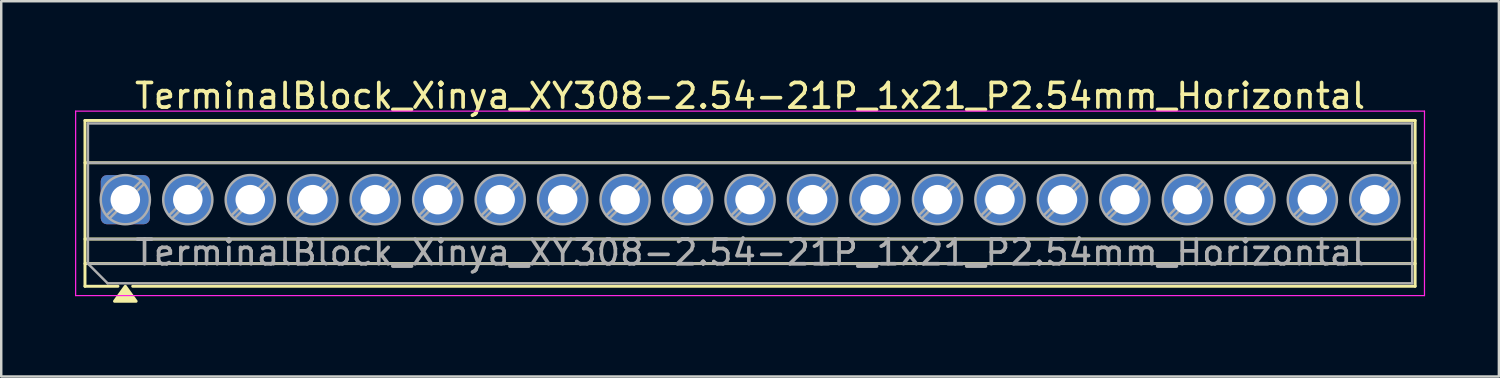
<source format=kicad_pcb>
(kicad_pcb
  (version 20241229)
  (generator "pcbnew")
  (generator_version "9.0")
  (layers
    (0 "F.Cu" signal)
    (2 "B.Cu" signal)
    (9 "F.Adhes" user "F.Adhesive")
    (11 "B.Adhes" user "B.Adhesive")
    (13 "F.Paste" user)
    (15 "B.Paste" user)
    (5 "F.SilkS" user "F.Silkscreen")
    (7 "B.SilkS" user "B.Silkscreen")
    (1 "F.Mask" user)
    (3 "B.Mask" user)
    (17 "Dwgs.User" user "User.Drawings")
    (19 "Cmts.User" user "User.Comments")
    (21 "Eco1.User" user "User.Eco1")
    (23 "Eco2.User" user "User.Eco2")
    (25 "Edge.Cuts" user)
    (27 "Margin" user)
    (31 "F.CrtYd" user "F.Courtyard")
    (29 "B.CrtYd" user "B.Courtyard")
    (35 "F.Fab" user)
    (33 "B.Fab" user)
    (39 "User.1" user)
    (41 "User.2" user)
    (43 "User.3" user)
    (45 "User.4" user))
  (footprint "TerminalBlock_Xinya_XY308-2.54-21P_1x21_P2.54mm_Horizontal"
    (layer "F.Cu")
    (at 2.045 5.068)
    (property "Reference" "TerminalBlock_Xinya_XY308-2.54-21P_1x21_P2.54mm_Horizontal" (at 25.4 -4.22 0) (layer "F.SilkS") (effects (font (size 1 1) (thickness 0.15))))
    (attr through_hole)
    (fp_line (start -1.64 -3.22) (end 52.44 -3.22) (stroke (width 0.12) (type solid)) (layer "F.SilkS"))
    (fp_line (start -1.64 -1.5) (end 52.44 -1.5) (stroke (width 0.12) (type solid)) (layer "F.SilkS"))
    (fp_line (start -1.64 1.6) (end 52.44 1.6) (stroke (width 0.12) (type solid)) (layer "F.SilkS"))
    (fp_line (start -1.64 2.6) (end 52.44 2.6) (stroke (width 0.12) (type solid)) (layer "F.SilkS"))
    (fp_line (start -1.64 3.52) (end -1.64 -3.22) (stroke (width 0.12) (type solid)) (layer "F.SilkS"))
    (fp_line (start -0.3 3.52) (end -1.64 3.52) (stroke (width 0.12) (type solid)) (layer "F.SilkS"))
    (fp_line (start 52.44 -3.22) (end 52.44 3.52) (stroke (width 0.12) (type solid)) (layer "F.SilkS"))
    (fp_line (start 52.44 3.52) (end 0.3 3.52) (stroke (width 0.12) (type solid)) (layer "F.SilkS"))
    (fp_poly (pts (xy 0 3.52) (xy 0.44 4.13) (xy -0.44 4.13)) (stroke (width 0.12) (type solid)) (fill yes) (layer "F.SilkS"))
    (fp_line (start -2.02 -3.6) (end -2.02 3.9) (stroke (width 0.05) (type solid)) (layer "F.CrtYd"))
    (fp_line (start -2.02 3.9) (end 52.82 3.9) (stroke (width 0.05) (type solid)) (layer "F.CrtYd"))
    (fp_line (start 52.82 -3.6) (end -2.02 -3.6) (stroke (width 0.05) (type solid)) (layer "F.CrtYd"))
    (fp_line (start 52.82 3.9) (end 52.82 -3.6) (stroke (width 0.05) (type solid)) (layer "F.CrtYd"))
    (fp_line (start -1.52 -3.1) (end 52.32 -3.1) (stroke (width 0.1) (type solid)) (layer "F.Fab"))
    (fp_line (start -1.52 -1.5) (end 52.32 -1.5) (stroke (width 0.1) (type solid)) (layer "F.Fab"))
    (fp_line (start -1.52 1.6) (end 52.32 1.6) (stroke (width 0.1) (type solid)) (layer "F.Fab"))
    (fp_line (start -1.52 2.6) (end -1.52 -3.1) (stroke (width 0.1) (type solid)) (layer "F.Fab"))
    (fp_line (start -1.52 2.6) (end 52.32 2.6) (stroke (width 0.1) (type solid)) (layer "F.Fab"))
    (fp_line (start -0.72 3.4) (end -1.52 2.6) (stroke (width 0.1) (type solid)) (layer "F.Fab"))
    (fp_line (start 0.636 -0.758) (end -0.758 0.636) (stroke (width 0.1) (type solid)) (layer "F.Fab"))
    (fp_line (start 0.758 -0.636) (end -0.636 0.758) (stroke (width 0.1) (type solid)) (layer "F.Fab"))
    (fp_line (start 3.176 -0.758) (end 1.782 0.636) (stroke (width 0.1) (type solid)) (layer "F.Fab"))
    (fp_line (start 3.298 -0.636) (end 1.904 0.758) (stroke (width 0.1) (type solid)) (layer "F.Fab"))
    (fp_line (start 5.716 -0.758) (end 4.322 0.636) (stroke (width 0.1) (type solid)) (layer "F.Fab"))
    (fp_line (start 5.838 -0.636) (end 4.444 0.758) (stroke (width 0.1) (type solid)) (layer "F.Fab"))
    (fp_line (start 8.256 -0.758) (end 6.862 0.636) (stroke (width 0.1) (type solid)) (layer "F.Fab"))
    (fp_line (start 8.378 -0.636) (end 6.984 0.758) (stroke (width 0.1) (type solid)) (layer "F.Fab"))
    (fp_line (start 10.796 -0.758) (end 9.402 0.636) (stroke (width 0.1) (type solid)) (layer "F.Fab"))
    (fp_line (start 10.918 -0.636) (end 9.524 0.758) (stroke (width 0.1) (type solid)) (layer "F.Fab"))
    (fp_line (start 13.336 -0.758) (end 11.942 0.636) (stroke (width 0.1) (type solid)) (layer "F.Fab"))
    (fp_line (start 13.458 -0.636) (end 12.064 0.758) (stroke (width 0.1) (type solid)) (layer "F.Fab"))
    (fp_line (start 15.876 -0.758) (end 14.482 0.636) (stroke (width 0.1) (type solid)) (layer "F.Fab"))
    (fp_line (start 15.998 -0.636) (end 14.604 0.758) (stroke (width 0.1) (type solid)) (layer "F.Fab"))
    (fp_line (start 18.416 -0.758) (end 17.022 0.636) (stroke (width 0.1) (type solid)) (layer "F.Fab"))
    (fp_line (start 18.538 -0.636) (end 17.144 0.758) (stroke (width 0.1) (type solid)) (layer "F.Fab"))
    (fp_line (start 20.956 -0.758) (end 19.562 0.636) (stroke (width 0.1) (type solid)) (layer "F.Fab"))
    (fp_line (start 21.078 -0.636) (end 19.684 0.758) (stroke (width 0.1) (type solid)) (layer "F.Fab"))
    (fp_line (start 23.496 -0.758) (end 22.102 0.636) (stroke (width 0.1) (type solid)) (layer "F.Fab"))
    (fp_line (start 23.618 -0.636) (end 22.224 0.758) (stroke (width 0.1) (type solid)) (layer "F.Fab"))
    (fp_line (start 26.036 -0.758) (end 24.642 0.636) (stroke (width 0.1) (type solid)) (layer "F.Fab"))
    (fp_line (start 26.158 -0.636) (end 24.764 0.758) (stroke (width 0.1) (type solid)) (layer "F.Fab"))
    (fp_line (start 28.576 -0.758) (end 27.182 0.636) (stroke (width 0.1) (type solid)) (layer "F.Fab"))
    (fp_line (start 28.698 -0.636) (end 27.304 0.758) (stroke (width 0.1) (type solid)) (layer "F.Fab"))
    (fp_line (start 31.116 -0.758) (end 29.722 0.636) (stroke (width 0.1) (type solid)) (layer "F.Fab"))
    (fp_line (start 31.238 -0.636) (end 29.844 0.758) (stroke (width 0.1) (type solid)) (layer "F.Fab"))
    (fp_line (start 33.656 -0.758) (end 32.262 0.636) (stroke (width 0.1) (type solid)) (layer "F.Fab"))
    (fp_line (start 33.778 -0.636) (end 32.384 0.758) (stroke (width 0.1) (type solid)) (layer "F.Fab"))
    (fp_line (start 36.196 -0.758) (end 34.802 0.636) (stroke (width 0.1) (type solid)) (layer "F.Fab"))
    (fp_line (start 36.318 -0.636) (end 34.924 0.758) (stroke (width 0.1) (type solid)) (layer "F.Fab"))
    (fp_line (start 38.736 -0.758) (end 37.342 0.636) (stroke (width 0.1) (type solid)) (layer "F.Fab"))
    (fp_line (start 38.858 -0.636) (end 37.464 0.758) (stroke (width 0.1) (type solid)) (layer "F.Fab"))
    (fp_line (start 41.276 -0.758) (end 39.882 0.636) (stroke (width 0.1) (type solid)) (layer "F.Fab"))
    (fp_line (start 41.398 -0.636) (end 40.004 0.758) (stroke (width 0.1) (type solid)) (layer "F.Fab"))
    (fp_line (start 43.816 -0.758) (end 42.422 0.636) (stroke (width 0.1) (type solid)) (layer "F.Fab"))
    (fp_line (start 43.938 -0.636) (end 42.544 0.758) (stroke (width 0.1) (type solid)) (layer "F.Fab"))
    (fp_line (start 46.356 -0.758) (end 44.962 0.636) (stroke (width 0.1) (type solid)) (layer "F.Fab"))
    (fp_line (start 46.478 -0.636) (end 45.084 0.758) (stroke (width 0.1) (type solid)) (layer "F.Fab"))
    (fp_line (start 48.896 -0.758) (end 47.502 0.636) (stroke (width 0.1) (type solid)) (layer "F.Fab"))
    (fp_line (start 49.018 -0.636) (end 47.624 0.758) (stroke (width 0.1) (type solid)) (layer "F.Fab"))
    (fp_line (start 51.436 -0.758) (end 50.042 0.636) (stroke (width 0.1) (type solid)) (layer "F.Fab"))
    (fp_line (start 51.558 -0.636) (end 50.164 0.758) (stroke (width 0.1) (type solid)) (layer "F.Fab"))
    (fp_line (start 52.32 -3.1) (end 52.32 3.4) (stroke (width 0.1) (type solid)) (layer "F.Fab"))
    (fp_line (start 52.32 3.4) (end -0.72 3.4) (stroke (width 0.1) (type solid)) (layer "F.Fab"))
    (fp_circle (center 0 0) (end 1 0) (stroke (width 0.1) (type solid)) (fill no) (layer "F.Fab"))
    (fp_circle (center 2.54 0) (end 3.54 0) (stroke (width 0.1) (type solid)) (fill no) (layer "F.Fab"))
    (fp_circle (center 5.08 0) (end 6.08 0) (stroke (width 0.1) (type solid)) (fill no) (layer "F.Fab"))
    (fp_circle (center 7.62 0) (end 8.62 0) (stroke (width 0.1) (type solid)) (fill no) (layer "F.Fab"))
    (fp_circle (center 10.16 0) (end 11.16 0) (stroke (width 0.1) (type solid)) (fill no) (layer "F.Fab"))
    (fp_circle (center 12.7 0) (end 13.7 0) (stroke (width 0.1) (type solid)) (fill no) (layer "F.Fab"))
    (fp_circle (center 15.24 0) (end 16.24 0) (stroke (width 0.1) (type solid)) (fill no) (layer "F.Fab"))
    (fp_circle (center 17.78 0) (end 18.78 0) (stroke (width 0.1) (type solid)) (fill no) (layer "F.Fab"))
    (fp_circle (center 20.32 0) (end 21.32 0) (stroke (width 0.1) (type solid)) (fill no) (layer "F.Fab"))
    (fp_circle (center 22.86 0) (end 23.86 0) (stroke (width 0.1) (type solid)) (fill no) (layer "F.Fab"))
    (fp_circle (center 25.4 0) (end 26.4 0) (stroke (width 0.1) (type solid)) (fill no) (layer "F.Fab"))
    (fp_circle (center 27.94 0) (end 28.94 0) (stroke (width 0.1) (type solid)) (fill no) (layer "F.Fab"))
    (fp_circle (center 30.48 0) (end 31.48 0) (stroke (width 0.1) (type solid)) (fill no) (layer "F.Fab"))
    (fp_circle (center 33.02 0) (end 34.02 0) (stroke (width 0.1) (type solid)) (fill no) (layer "F.Fab"))
    (fp_circle (center 35.56 0) (end 36.56 0) (stroke (width 0.1) (type solid)) (fill no) (layer "F.Fab"))
    (fp_circle (center 38.1 0) (end 39.1 0) (stroke (width 0.1) (type solid)) (fill no) (layer "F.Fab"))
    (fp_circle (center 40.64 0) (end 41.64 0) (stroke (width 0.1) (type solid)) (fill no) (layer "F.Fab"))
    (fp_circle (center 43.18 0) (end 44.18 0) (stroke (width 0.1) (type solid)) (fill no) (layer "F.Fab"))
    (fp_circle (center 45.72 0) (end 46.72 0) (stroke (width 0.1) (type solid)) (fill no) (layer "F.Fab"))
    (fp_circle (center 48.26 0) (end 49.26 0) (stroke (width 0.1) (type solid)) (fill no) (layer "F.Fab"))
    (fp_circle (center 50.8 0) (end 51.8 0) (stroke (width 0.1) (type solid)) (fill no) (layer "F.Fab"))
    (fp_text user "${REFERENCE}" (at 25.4 2.15 0) (layer "F.Fab") (effects (font (size 1 1) (thickness 0.15))))
    (pad "1" thru_hole roundrect (at 0 0) (size 2 2) (drill 1.2) (layers "*.Cu" "*.Mask") (roundrect_rratio 0.125))
    (pad "2" thru_hole circle (at 2.54 0) (size 2 2) (drill 1.2) (layers "*.Cu" "*.Mask"))
    (pad "3" thru_hole circle (at 5.08 0) (size 2 2) (drill 1.2) (layers "*.Cu" "*.Mask"))
    (pad "4" thru_hole circle (at 7.62 0) (size 2 2) (drill 1.2) (layers "*.Cu" "*.Mask"))
    (pad "5" thru_hole circle (at 10.16 0) (size 2 2) (drill 1.2) (layers "*.Cu" "*.Mask"))
    (pad "6" thru_hole circle (at 12.7 0) (size 2 2) (drill 1.2) (layers "*.Cu" "*.Mask"))
    (pad "7" thru_hole circle (at 15.24 0) (size 2 2) (drill 1.2) (layers "*.Cu" "*.Mask"))
    (pad "8" thru_hole circle (at 17.78 0) (size 2 2) (drill 1.2) (layers "*.Cu" "*.Mask"))
    (pad "9" thru_hole circle (at 20.32 0) (size 2 2) (drill 1.2) (layers "*.Cu" "*.Mask"))
    (pad "10" thru_hole circle (at 22.86 0) (size 2 2) (drill 1.2) (layers "*.Cu" "*.Mask"))
    (pad "11" thru_hole circle (at 25.4 0) (size 2 2) (drill 1.2) (layers "*.Cu" "*.Mask"))
    (pad "12" thru_hole circle (at 27.94 0) (size 2 2) (drill 1.2) (layers "*.Cu" "*.Mask"))
    (pad "13" thru_hole circle (at 30.48 0) (size 2 2) (drill 1.2) (layers "*.Cu" "*.Mask"))
    (pad "14" thru_hole circle (at 33.02 0) (size 2 2) (drill 1.2) (layers "*.Cu" "*.Mask"))
    (pad "15" thru_hole circle (at 35.56 0) (size 2 2) (drill 1.2) (layers "*.Cu" "*.Mask"))
    (pad "16" thru_hole circle (at 38.1 0) (size 2 2) (drill 1.2) (layers "*.Cu" "*.Mask"))
    (pad "17" thru_hole circle (at 40.64 0) (size 2 2) (drill 1.2) (layers "*.Cu" "*.Mask"))
    (pad "18" thru_hole circle (at 43.18 0) (size 2 2) (drill 1.2) (layers "*.Cu" "*.Mask"))
    (pad "19" thru_hole circle (at 45.72 0) (size 2 2) (drill 1.2) (layers "*.Cu" "*.Mask"))
    (pad "20" thru_hole circle (at 48.26 0) (size 2 2) (drill 1.2) (layers "*.Cu" "*.Mask"))
    (pad "21" thru_hole circle (at 50.8 0) (size 2 2) (drill 1.2) (layers "*.Cu" "*.Mask")))
  (gr_rect
    (start -3 -3)
    (end 57.89 12.258)
    (stroke (width 0.1) (type default))
    (fill no)
    (layer "Edge.Cuts")))
</source>
